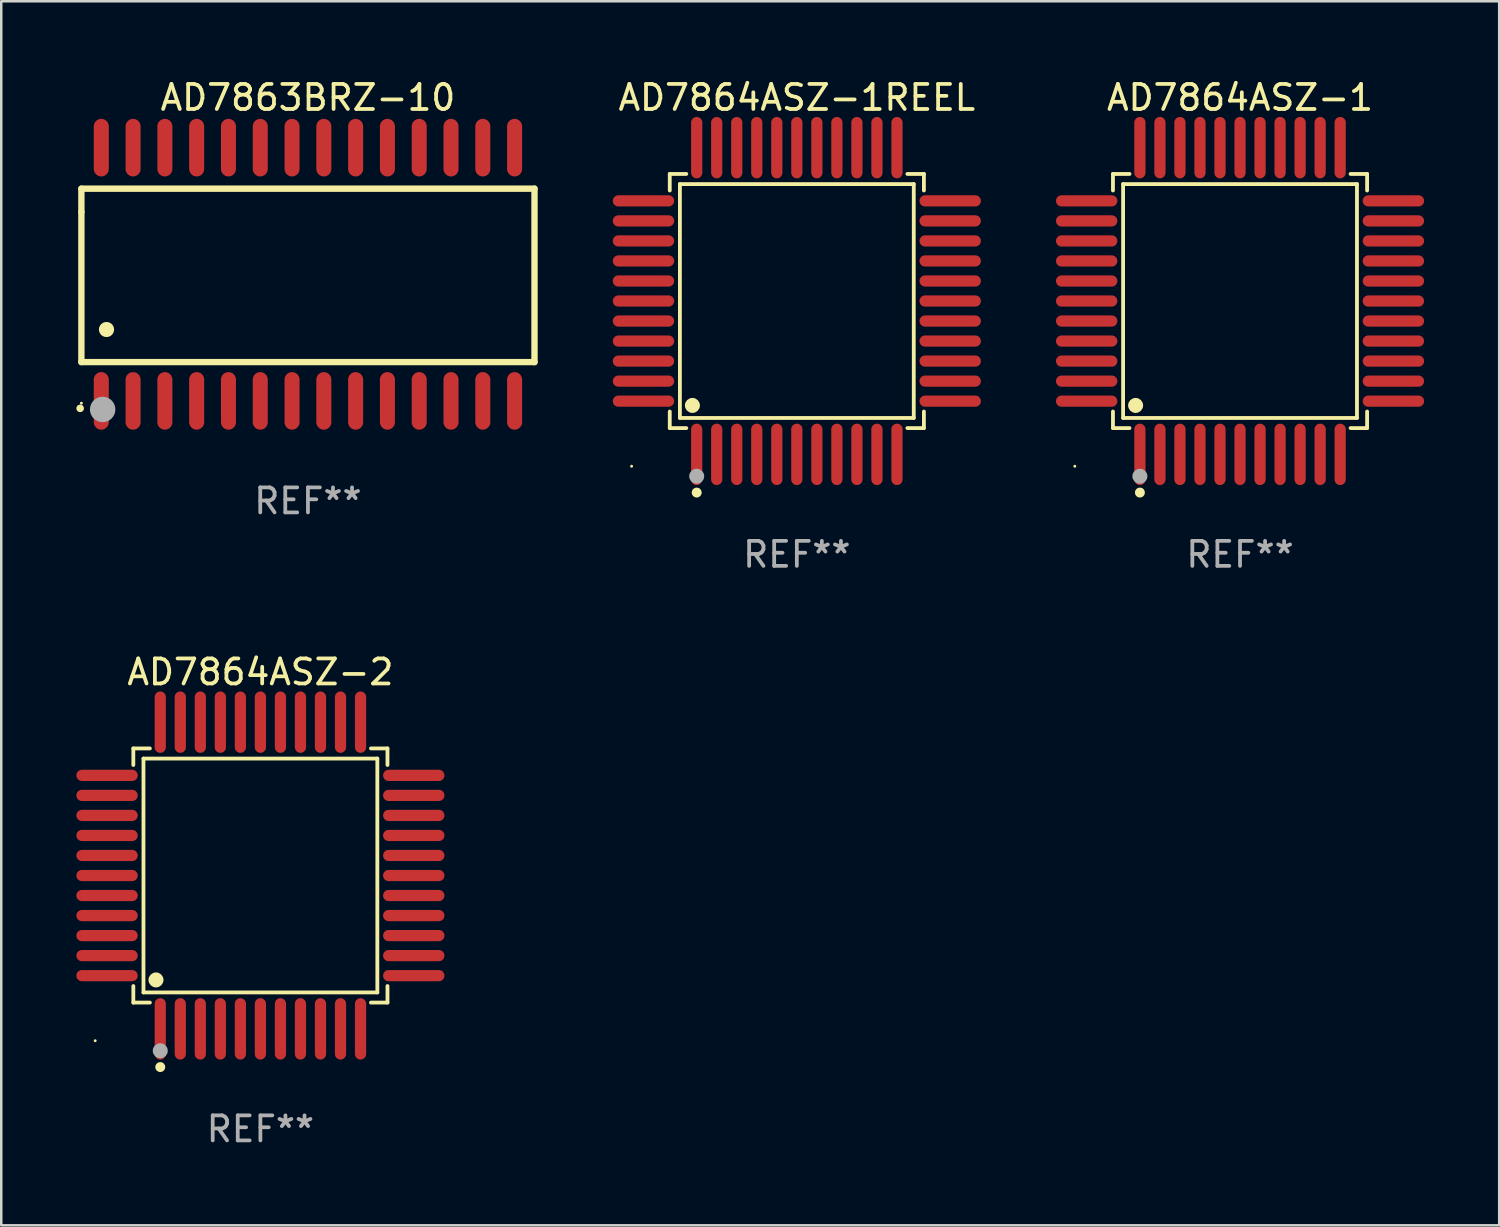
<source format=kicad_pcb>
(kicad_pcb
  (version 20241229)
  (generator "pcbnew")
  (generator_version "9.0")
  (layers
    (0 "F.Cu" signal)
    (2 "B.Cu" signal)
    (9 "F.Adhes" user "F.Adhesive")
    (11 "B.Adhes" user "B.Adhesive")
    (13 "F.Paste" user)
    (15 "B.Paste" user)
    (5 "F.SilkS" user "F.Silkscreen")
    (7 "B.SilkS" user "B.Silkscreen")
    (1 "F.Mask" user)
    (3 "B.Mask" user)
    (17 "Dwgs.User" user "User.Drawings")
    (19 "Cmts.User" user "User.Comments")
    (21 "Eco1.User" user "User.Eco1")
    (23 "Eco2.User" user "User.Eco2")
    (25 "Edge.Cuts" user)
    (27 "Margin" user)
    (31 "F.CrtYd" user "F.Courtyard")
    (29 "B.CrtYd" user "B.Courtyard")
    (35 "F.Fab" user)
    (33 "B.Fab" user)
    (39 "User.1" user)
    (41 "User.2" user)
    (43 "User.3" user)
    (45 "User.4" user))
  (footprint "AD7864ASZ-1"
    (layer "F.Cu")
    (at 46.484 8.974)
    (property "Reference" "AD7864ASZ-1" (at 0 -8.126 0) (layer "F.SilkS") (effects (font (size 1 1) (thickness 0.15))))
    (attr through_hole)
    (fp_line (start -5.076 -5.076) (end -4.415 -5.076) (stroke (width 0.152) (type solid)) (layer "F.SilkS"))
    (fp_line (start -5.076 -4.415) (end -5.076 -5.076) (stroke (width 0.152) (type solid)) (layer "F.SilkS"))
    (fp_line (start -5.076 4.415) (end -5.076 5.076) (stroke (width 0.152) (type solid)) (layer "F.SilkS"))
    (fp_line (start -5.076 5.076) (end -4.415 5.076) (stroke (width 0.152) (type solid)) (layer "F.SilkS"))
    (fp_line (start -4.671 -4.671) (end 4.671 -4.671) (stroke (width 0.152) (type solid)) (layer "F.SilkS"))
    (fp_line (start -4.671 4.671) (end -4.671 -4.671) (stroke (width 0.152) (type solid)) (layer "F.SilkS"))
    (fp_line (start 4.671 -4.671) (end 4.671 4.671) (stroke (width 0.152) (type solid)) (layer "F.SilkS"))
    (fp_line (start 4.671 4.671) (end -4.671 4.671) (stroke (width 0.152) (type solid)) (layer "F.SilkS"))
    (fp_line (start 5.076 -5.076) (end 4.415 -5.076) (stroke (width 0.152) (type solid)) (layer "F.SilkS"))
    (fp_line (start 5.076 -4.415) (end 5.076 -5.076) (stroke (width 0.152) (type solid)) (layer "F.SilkS"))
    (fp_line (start 5.076 4.415) (end 5.076 5.076) (stroke (width 0.152) (type solid)) (layer "F.SilkS"))
    (fp_line (start 5.076 5.076) (end 4.415 5.076) (stroke (width 0.152) (type solid)) (layer "F.SilkS"))
    (fp_circle (center -6.6 6.6) (end -6.57 6.6) (stroke (width 0.06) (type solid)) (fill no) (layer "F.SilkS"))
    (fp_circle (center -4.171 4.171) (end -4.021 4.171) (stroke (width 0.3) (type solid)) (fill no) (layer "F.SilkS"))
    (fp_circle (center -4 7.652) (end -3.9 7.652) (stroke (width 0.2) (type solid)) (fill no) (layer "F.SilkS"))
    (fp_circle (center -4 7) (end -3.85 7) (stroke (width 0.3) (type solid)) (fill no) (layer "F.Fab"))
    (fp_text user "REF**" (at 0 10.126 0) (layer "F.Fab") (effects (font (size 1 1) (thickness 0.15))))
    (pad "1" smd oval (at -4 6.126) (size 0.448 2.452) (layers "F.Cu" "F.Mask" "F.Paste"))
    (pad "2" smd oval (at -3.2 6.126) (size 0.448 2.452) (layers "F.Cu" "F.Mask" "F.Paste"))
    (pad "3" smd oval (at -2.4 6.126) (size 0.448 2.452) (layers "F.Cu" "F.Mask" "F.Paste"))
    (pad "4" smd oval (at -1.6 6.126) (size 0.448 2.452) (layers "F.Cu" "F.Mask" "F.Paste"))
    (pad "5" smd oval (at -0.8 6.126) (size 0.448 2.452) (layers "F.Cu" "F.Mask" "F.Paste"))
    (pad "6" smd oval (at 0 6.126) (size 0.448 2.452) (layers "F.Cu" "F.Mask" "F.Paste"))
    (pad "7" smd oval (at 0.8 6.126) (size 0.448 2.452) (layers "F.Cu" "F.Mask" "F.Paste"))
    (pad "8" smd oval (at 1.6 6.126) (size 0.448 2.452) (layers "F.Cu" "F.Mask" "F.Paste"))
    (pad "9" smd oval (at 2.4 6.126) (size 0.448 2.452) (layers "F.Cu" "F.Mask" "F.Paste"))
    (pad "10" smd oval (at 3.2 6.126) (size 0.448 2.452) (layers "F.Cu" "F.Mask" "F.Paste"))
    (pad "11" smd oval (at 4 6.126) (size 0.448 2.452) (layers "F.Cu" "F.Mask" "F.Paste"))
    (pad "12" smd oval (at 6.126 4) (size 2.452 0.448) (layers "F.Cu" "F.Mask" "F.Paste"))
    (pad "13" smd oval (at 6.126 3.2) (size 2.452 0.448) (layers "F.Cu" "F.Mask" "F.Paste"))
    (pad "14" smd oval (at 6.126 2.4) (size 2.452 0.448) (layers "F.Cu" "F.Mask" "F.Paste"))
    (pad "15" smd oval (at 6.126 1.6) (size 2.452 0.448) (layers "F.Cu" "F.Mask" "F.Paste"))
    (pad "16" smd oval (at 6.126 0.8) (size 2.452 0.448) (layers "F.Cu" "F.Mask" "F.Paste"))
    (pad "17" smd oval (at 6.126 0) (size 2.452 0.448) (layers "F.Cu" "F.Mask" "F.Paste"))
    (pad "18" smd oval (at 6.126 -0.8) (size 2.452 0.448) (layers "F.Cu" "F.Mask" "F.Paste"))
    (pad "19" smd oval (at 6.126 -1.6) (size 2.452 0.448) (layers "F.Cu" "F.Mask" "F.Paste"))
    (pad "20" smd oval (at 6.126 -2.4) (size 2.452 0.448) (layers "F.Cu" "F.Mask" "F.Paste"))
    (pad "21" smd oval (at 6.126 -3.2) (size 2.452 0.448) (layers "F.Cu" "F.Mask" "F.Paste"))
    (pad "22" smd oval (at 6.126 -4) (size 2.452 0.448) (layers "F.Cu" "F.Mask" "F.Paste"))
    (pad "23" smd oval (at 4 -6.126) (size 0.448 2.452) (layers "F.Cu" "F.Mask" "F.Paste"))
    (pad "24" smd oval (at 3.2 -6.126) (size 0.448 2.452) (layers "F.Cu" "F.Mask" "F.Paste"))
    (pad "25" smd oval (at 2.4 -6.126) (size 0.448 2.452) (layers "F.Cu" "F.Mask" "F.Paste"))
    (pad "26" smd oval (at 1.6 -6.126) (size 0.448 2.452) (layers "F.Cu" "F.Mask" "F.Paste"))
    (pad "27" smd oval (at 0.8 -6.126) (size 0.448 2.452) (layers "F.Cu" "F.Mask" "F.Paste"))
    (pad "28" smd oval (at 0 -6.126) (size 0.448 2.452) (layers "F.Cu" "F.Mask" "F.Paste"))
    (pad "29" smd oval (at -0.8 -6.126) (size 0.448 2.452) (layers "F.Cu" "F.Mask" "F.Paste"))
    (pad "30" smd oval (at -1.6 -6.126) (size 0.448 2.452) (layers "F.Cu" "F.Mask" "F.Paste"))
    (pad "31" smd oval (at -2.4 -6.126) (size 0.448 2.452) (layers "F.Cu" "F.Mask" "F.Paste"))
    (pad "32" smd oval (at -3.2 -6.126) (size 0.448 2.452) (layers "F.Cu" "F.Mask" "F.Paste"))
    (pad "33" smd oval (at -4 -6.126) (size 0.448 2.452) (layers "F.Cu" "F.Mask" "F.Paste"))
    (pad "34" smd oval (at -6.126 -4) (size 2.452 0.448) (layers "F.Cu" "F.Mask" "F.Paste"))
    (pad "35" smd oval (at -6.126 -3.2) (size 2.452 0.448) (layers "F.Cu" "F.Mask" "F.Paste"))
    (pad "36" smd oval (at -6.126 -2.4) (size 2.452 0.448) (layers "F.Cu" "F.Mask" "F.Paste"))
    (pad "37" smd oval (at -6.126 -1.6) (size 2.452 0.448) (layers "F.Cu" "F.Mask" "F.Paste"))
    (pad "38" smd oval (at -6.126 -0.8) (size 2.452 0.448) (layers "F.Cu" "F.Mask" "F.Paste"))
    (pad "39" smd oval (at -6.126 0) (size 2.452 0.448) (layers "F.Cu" "F.Mask" "F.Paste"))
    (pad "40" smd oval (at -6.126 0.8) (size 2.452 0.448) (layers "F.Cu" "F.Mask" "F.Paste"))
    (pad "41" smd oval (at -6.126 1.6) (size 2.452 0.448) (layers "F.Cu" "F.Mask" "F.Paste"))
    (pad "42" smd oval (at -6.126 2.4) (size 2.452 0.448) (layers "F.Cu" "F.Mask" "F.Paste"))
    (pad "43" smd oval (at -6.126 3.2) (size 2.452 0.448) (layers "F.Cu" "F.Mask" "F.Paste"))
    (pad "44" smd oval (at -6.126 4) (size 2.452 0.448) (layers "F.Cu" "F.Mask" "F.Paste")))
  (footprint "AD7863BRZ-10"
    (layer "F.Cu")
    (at 9.251 7.906)
    (property "Reference" "AD7863BRZ-10" (at 0 -7.058 0) (layer "F.SilkS") (effects (font (size 1 1) (thickness 0.15))))
    (attr through_hole)
    (fp_line (start -9.05 -3.42) (end 9.05 -3.42) (stroke (width 0.254) (type solid)) (layer "F.SilkS"))
    (fp_line (start -9.05 -2.492) (end -9.05 -3.42) (stroke (width 0.254) (type solid)) (layer "F.SilkS"))
    (fp_line (start -9.05 3.508) (end -9.05 -2.492) (stroke (width 0.254) (type solid)) (layer "F.SilkS"))
    (fp_line (start 9.05 -3.42) (end 9.05 3.508) (stroke (width 0.254) (type solid)) (layer "F.SilkS"))
    (fp_line (start 9.05 3.508) (end -9.05 3.508) (stroke (width 0.254) (type solid)) (layer "F.SilkS"))
    (fp_arc (start -9.100838 5.35649) (mid -9.099568 5.356485) (end -9.098298 5.35649) (stroke (width 0.3) (type solid)) (layer "F.SilkS"))
    (fp_arc (start -8.049276 2.206883) (mid -8.046736 2.206872) (end -8.044196 2.206883) (stroke (width 0.6) (type solid)) (layer "F.SilkS"))
    (fp_circle (center -9.05 5.15) (end -9.02 5.15) (stroke (width 0.06) (type solid)) (fill no) (layer "F.SilkS"))
    (fp_circle (center -8.2 5.4) (end -7.946 5.4) (stroke (width 0.508) (type solid)) (fill no) (layer "F.Fab"))
    (fp_text user "REF**" (at 0 9.058 0) (layer "F.Fab") (effects (font (size 1 1) (thickness 0.15))))
    (pad "1" smd oval (at -8.255 5.058 180) (size 0.6 2.3) (layers "F.Cu" "F.Mask" "F.Paste"))
    (pad "2" smd oval (at -6.985 5.058 180) (size 0.6 2.3) (layers "F.Cu" "F.Mask" "F.Paste"))
    (pad "3" smd oval (at -5.715 5.058 180) (size 0.6 2.3) (layers "F.Cu" "F.Mask" "F.Paste"))
    (pad "4" smd oval (at -4.445 5.058 180) (size 0.6 2.3) (layers "F.Cu" "F.Mask" "F.Paste"))
    (pad "5" smd oval (at -3.175 5.058 180) (size 0.6 2.3) (layers "F.Cu" "F.Mask" "F.Paste"))
    (pad "6" smd oval (at -1.905 5.058 180) (size 0.6 2.3) (layers "F.Cu" "F.Mask" "F.Paste"))
    (pad "7" smd oval (at -0.635 5.058 180) (size 0.6 2.3) (layers "F.Cu" "F.Mask" "F.Paste"))
    (pad "8" smd oval (at 0.635 5.058 180) (size 0.6 2.3) (layers "F.Cu" "F.Mask" "F.Paste"))
    (pad "9" smd oval (at 1.905 5.058 180) (size 0.6 2.3) (layers "F.Cu" "F.Mask" "F.Paste"))
    (pad "10" smd oval (at 3.175 5.058 180) (size 0.6 2.3) (layers "F.Cu" "F.Mask" "F.Paste"))
    (pad "11" smd oval (at 4.445 5.058 180) (size 0.6 2.3) (layers "F.Cu" "F.Mask" "F.Paste"))
    (pad "12" smd oval (at 5.715 5.058 180) (size 0.6 2.3) (layers "F.Cu" "F.Mask" "F.Paste"))
    (pad "13" smd oval (at 6.985 5.058 180) (size 0.6 2.3) (layers "F.Cu" "F.Mask" "F.Paste"))
    (pad "14" smd oval (at 8.255 5.058 180) (size 0.6 2.3) (layers "F.Cu" "F.Mask" "F.Paste"))
    (pad "15" smd oval (at 8.255 -5.058 180) (size 0.6 2.3) (layers "F.Cu" "F.Mask" "F.Paste"))
    (pad "16" smd oval (at 6.985 -5.058 180) (size 0.6 2.3) (layers "F.Cu" "F.Mask" "F.Paste"))
    (pad "17" smd oval (at 5.715 -5.058 180) (size 0.6 2.3) (layers "F.Cu" "F.Mask" "F.Paste"))
    (pad "18" smd oval (at 4.445 -5.058 180) (size 0.6 2.3) (layers "F.Cu" "F.Mask" "F.Paste"))
    (pad "19" smd oval (at 3.175 -5.058 180) (size 0.6 2.3) (layers "F.Cu" "F.Mask" "F.Paste"))
    (pad "20" smd oval (at 1.905 -5.058 180) (size 0.6 2.3) (layers "F.Cu" "F.Mask" "F.Paste"))
    (pad "21" smd oval (at 0.635 -5.058 180) (size 0.6 2.3) (layers "F.Cu" "F.Mask" "F.Paste"))
    (pad "22" smd oval (at -0.635 -5.058 180) (size 0.6 2.3) (layers "F.Cu" "F.Mask" "F.Paste"))
    (pad "23" smd oval (at -1.905 -5.058 180) (size 0.6 2.3) (layers "F.Cu" "F.Mask" "F.Paste"))
    (pad "24" smd oval (at -3.175 -5.058 180) (size 0.6 2.3) (layers "F.Cu" "F.Mask" "F.Paste"))
    (pad "25" smd oval (at -4.445 -5.058 180) (size 0.6 2.3) (layers "F.Cu" "F.Mask" "F.Paste"))
    (pad "26" smd oval (at -5.715 -5.058 180) (size 0.6 2.3) (layers "F.Cu" "F.Mask" "F.Paste"))
    (pad "27" smd oval (at -6.985 -5.058 180) (size 0.6 2.3) (layers "F.Cu" "F.Mask" "F.Paste"))
    (pad "28" smd oval (at -8.255 -5.058 180) (size 0.6 2.3) (layers "F.Cu" "F.Mask" "F.Paste")))
  (footprint "AD7864ASZ-2"
    (layer "F.Cu")
    (at 7.352 31.923)
    (property "Reference" "AD7864ASZ-2" (at 0 -8.126 0) (layer "F.SilkS") (effects (font (size 1 1) (thickness 0.15))))
    (attr through_hole)
    (fp_line (start -5.076 -5.076) (end -4.415 -5.076) (stroke (width 0.152) (type solid)) (layer "F.SilkS"))
    (fp_line (start -5.076 -4.415) (end -5.076 -5.076) (stroke (width 0.152) (type solid)) (layer "F.SilkS"))
    (fp_line (start -5.076 4.415) (end -5.076 5.076) (stroke (width 0.152) (type solid)) (layer "F.SilkS"))
    (fp_line (start -5.076 5.076) (end -4.415 5.076) (stroke (width 0.152) (type solid)) (layer "F.SilkS"))
    (fp_line (start -4.671 -4.671) (end 4.671 -4.671) (stroke (width 0.152) (type solid)) (layer "F.SilkS"))
    (fp_line (start -4.671 4.671) (end -4.671 -4.671) (stroke (width 0.152) (type solid)) (layer "F.SilkS"))
    (fp_line (start 4.671 -4.671) (end 4.671 4.671) (stroke (width 0.152) (type solid)) (layer "F.SilkS"))
    (fp_line (start 4.671 4.671) (end -4.671 4.671) (stroke (width 0.152) (type solid)) (layer "F.SilkS"))
    (fp_line (start 5.076 -5.076) (end 4.415 -5.076) (stroke (width 0.152) (type solid)) (layer "F.SilkS"))
    (fp_line (start 5.076 -4.415) (end 5.076 -5.076) (stroke (width 0.152) (type solid)) (layer "F.SilkS"))
    (fp_line (start 5.076 4.415) (end 5.076 5.076) (stroke (width 0.152) (type solid)) (layer "F.SilkS"))
    (fp_line (start 5.076 5.076) (end 4.415 5.076) (stroke (width 0.152) (type solid)) (layer "F.SilkS"))
    (fp_circle (center -6.6 6.6) (end -6.57 6.6) (stroke (width 0.06) (type solid)) (fill no) (layer "F.SilkS"))
    (fp_circle (center -4.171 4.171) (end -4.021 4.171) (stroke (width 0.3) (type solid)) (fill no) (layer "F.SilkS"))
    (fp_circle (center -4 7.652) (end -3.9 7.652) (stroke (width 0.2) (type solid)) (fill no) (layer "F.SilkS"))
    (fp_circle (center -4 7) (end -3.85 7) (stroke (width 0.3) (type solid)) (fill no) (layer "F.Fab"))
    (fp_text user "REF**" (at 0 10.126 0) (layer "F.Fab") (effects (font (size 1 1) (thickness 0.15))))
    (pad "1" smd oval (at -4 6.126) (size 0.448 2.452) (layers "F.Cu" "F.Mask" "F.Paste"))
    (pad "2" smd oval (at -3.2 6.126) (size 0.448 2.452) (layers "F.Cu" "F.Mask" "F.Paste"))
    (pad "3" smd oval (at -2.4 6.126) (size 0.448 2.452) (layers "F.Cu" "F.Mask" "F.Paste"))
    (pad "4" smd oval (at -1.6 6.126) (size 0.448 2.452) (layers "F.Cu" "F.Mask" "F.Paste"))
    (pad "5" smd oval (at -0.8 6.126) (size 0.448 2.452) (layers "F.Cu" "F.Mask" "F.Paste"))
    (pad "6" smd oval (at 0 6.126) (size 0.448 2.452) (layers "F.Cu" "F.Mask" "F.Paste"))
    (pad "7" smd oval (at 0.8 6.126) (size 0.448 2.452) (layers "F.Cu" "F.Mask" "F.Paste"))
    (pad "8" smd oval (at 1.6 6.126) (size 0.448 2.452) (layers "F.Cu" "F.Mask" "F.Paste"))
    (pad "9" smd oval (at 2.4 6.126) (size 0.448 2.452) (layers "F.Cu" "F.Mask" "F.Paste"))
    (pad "10" smd oval (at 3.2 6.126) (size 0.448 2.452) (layers "F.Cu" "F.Mask" "F.Paste"))
    (pad "11" smd oval (at 4 6.126) (size 0.448 2.452) (layers "F.Cu" "F.Mask" "F.Paste"))
    (pad "12" smd oval (at 6.126 4) (size 2.452 0.448) (layers "F.Cu" "F.Mask" "F.Paste"))
    (pad "13" smd oval (at 6.126 3.2) (size 2.452 0.448) (layers "F.Cu" "F.Mask" "F.Paste"))
    (pad "14" smd oval (at 6.126 2.4) (size 2.452 0.448) (layers "F.Cu" "F.Mask" "F.Paste"))
    (pad "15" smd oval (at 6.126 1.6) (size 2.452 0.448) (layers "F.Cu" "F.Mask" "F.Paste"))
    (pad "16" smd oval (at 6.126 0.8) (size 2.452 0.448) (layers "F.Cu" "F.Mask" "F.Paste"))
    (pad "17" smd oval (at 6.126 0) (size 2.452 0.448) (layers "F.Cu" "F.Mask" "F.Paste"))
    (pad "18" smd oval (at 6.126 -0.8) (size 2.452 0.448) (layers "F.Cu" "F.Mask" "F.Paste"))
    (pad "19" smd oval (at 6.126 -1.6) (size 2.452 0.448) (layers "F.Cu" "F.Mask" "F.Paste"))
    (pad "20" smd oval (at 6.126 -2.4) (size 2.452 0.448) (layers "F.Cu" "F.Mask" "F.Paste"))
    (pad "21" smd oval (at 6.126 -3.2) (size 2.452 0.448) (layers "F.Cu" "F.Mask" "F.Paste"))
    (pad "22" smd oval (at 6.126 -4) (size 2.452 0.448) (layers "F.Cu" "F.Mask" "F.Paste"))
    (pad "23" smd oval (at 4 -6.126) (size 0.448 2.452) (layers "F.Cu" "F.Mask" "F.Paste"))
    (pad "24" smd oval (at 3.2 -6.126) (size 0.448 2.452) (layers "F.Cu" "F.Mask" "F.Paste"))
    (pad "25" smd oval (at 2.4 -6.126) (size 0.448 2.452) (layers "F.Cu" "F.Mask" "F.Paste"))
    (pad "26" smd oval (at 1.6 -6.126) (size 0.448 2.452) (layers "F.Cu" "F.Mask" "F.Paste"))
    (pad "27" smd oval (at 0.8 -6.126) (size 0.448 2.452) (layers "F.Cu" "F.Mask" "F.Paste"))
    (pad "28" smd oval (at 0 -6.126) (size 0.448 2.452) (layers "F.Cu" "F.Mask" "F.Paste"))
    (pad "29" smd oval (at -0.8 -6.126) (size 0.448 2.452) (layers "F.Cu" "F.Mask" "F.Paste"))
    (pad "30" smd oval (at -1.6 -6.126) (size 0.448 2.452) (layers "F.Cu" "F.Mask" "F.Paste"))
    (pad "31" smd oval (at -2.4 -6.126) (size 0.448 2.452) (layers "F.Cu" "F.Mask" "F.Paste"))
    (pad "32" smd oval (at -3.2 -6.126) (size 0.448 2.452) (layers "F.Cu" "F.Mask" "F.Paste"))
    (pad "33" smd oval (at -4 -6.126) (size 0.448 2.452) (layers "F.Cu" "F.Mask" "F.Paste"))
    (pad "34" smd oval (at -6.126 -4) (size 2.452 0.448) (layers "F.Cu" "F.Mask" "F.Paste"))
    (pad "35" smd oval (at -6.126 -3.2) (size 2.452 0.448) (layers "F.Cu" "F.Mask" "F.Paste"))
    (pad "36" smd oval (at -6.126 -2.4) (size 2.452 0.448) (layers "F.Cu" "F.Mask" "F.Paste"))
    (pad "37" smd oval (at -6.126 -1.6) (size 2.452 0.448) (layers "F.Cu" "F.Mask" "F.Paste"))
    (pad "38" smd oval (at -6.126 -0.8) (size 2.452 0.448) (layers "F.Cu" "F.Mask" "F.Paste"))
    (pad "39" smd oval (at -6.126 0) (size 2.452 0.448) (layers "F.Cu" "F.Mask" "F.Paste"))
    (pad "40" smd oval (at -6.126 0.8) (size 2.452 0.448) (layers "F.Cu" "F.Mask" "F.Paste"))
    (pad "41" smd oval (at -6.126 1.6) (size 2.452 0.448) (layers "F.Cu" "F.Mask" "F.Paste"))
    (pad "42" smd oval (at -6.126 2.4) (size 2.452 0.448) (layers "F.Cu" "F.Mask" "F.Paste"))
    (pad "43" smd oval (at -6.126 3.2) (size 2.452 0.448) (layers "F.Cu" "F.Mask" "F.Paste"))
    (pad "44" smd oval (at -6.126 4) (size 2.452 0.448) (layers "F.Cu" "F.Mask" "F.Paste")))
  (footprint "AD7864ASZ-1REEL"
    (layer "F.Cu")
    (at 28.78 8.974)
    (property "Reference" "AD7864ASZ-1REEL" (at 0 -8.126 0) (layer "F.SilkS") (effects (font (size 1 1) (thickness 0.15))))
    (attr through_hole)
    (fp_line (start -5.076 -5.076) (end -4.415 -5.076) (stroke (width 0.152) (type solid)) (layer "F.SilkS"))
    (fp_line (start -5.076 -4.415) (end -5.076 -5.076) (stroke (width 0.152) (type solid)) (layer "F.SilkS"))
    (fp_line (start -5.076 4.415) (end -5.076 5.076) (stroke (width 0.152) (type solid)) (layer "F.SilkS"))
    (fp_line (start -5.076 5.076) (end -4.415 5.076) (stroke (width 0.152) (type solid)) (layer "F.SilkS"))
    (fp_line (start -4.671 -4.671) (end 4.671 -4.671) (stroke (width 0.152) (type solid)) (layer "F.SilkS"))
    (fp_line (start -4.671 4.671) (end -4.671 -4.671) (stroke (width 0.152) (type solid)) (layer "F.SilkS"))
    (fp_line (start 4.671 -4.671) (end 4.671 4.671) (stroke (width 0.152) (type solid)) (layer "F.SilkS"))
    (fp_line (start 4.671 4.671) (end -4.671 4.671) (stroke (width 0.152) (type solid)) (layer "F.SilkS"))
    (fp_line (start 5.076 -5.076) (end 4.415 -5.076) (stroke (width 0.152) (type solid)) (layer "F.SilkS"))
    (fp_line (start 5.076 -4.415) (end 5.076 -5.076) (stroke (width 0.152) (type solid)) (layer "F.SilkS"))
    (fp_line (start 5.076 4.415) (end 5.076 5.076) (stroke (width 0.152) (type solid)) (layer "F.SilkS"))
    (fp_line (start 5.076 5.076) (end 4.415 5.076) (stroke (width 0.152) (type solid)) (layer "F.SilkS"))
    (fp_circle (center -6.6 6.6) (end -6.57 6.6) (stroke (width 0.06) (type solid)) (fill no) (layer "F.SilkS"))
    (fp_circle (center -4.171 4.171) (end -4.021 4.171) (stroke (width 0.3) (type solid)) (fill no) (layer "F.SilkS"))
    (fp_circle (center -4 7.652) (end -3.9 7.652) (stroke (width 0.2) (type solid)) (fill no) (layer "F.SilkS"))
    (fp_circle (center -4 7) (end -3.85 7) (stroke (width 0.3) (type solid)) (fill no) (layer "F.Fab"))
    (fp_text user "REF**" (at 0 10.126 0) (layer "F.Fab") (effects (font (size 1 1) (thickness 0.15))))
    (pad "1" smd oval (at -4 6.126) (size 0.448 2.452) (layers "F.Cu" "F.Mask" "F.Paste"))
    (pad "2" smd oval (at -3.2 6.126) (size 0.448 2.452) (layers "F.Cu" "F.Mask" "F.Paste"))
    (pad "3" smd oval (at -2.4 6.126) (size 0.448 2.452) (layers "F.Cu" "F.Mask" "F.Paste"))
    (pad "4" smd oval (at -1.6 6.126) (size 0.448 2.452) (layers "F.Cu" "F.Mask" "F.Paste"))
    (pad "5" smd oval (at -0.8 6.126) (size 0.448 2.452) (layers "F.Cu" "F.Mask" "F.Paste"))
    (pad "6" smd oval (at 0 6.126) (size 0.448 2.452) (layers "F.Cu" "F.Mask" "F.Paste"))
    (pad "7" smd oval (at 0.8 6.126) (size 0.448 2.452) (layers "F.Cu" "F.Mask" "F.Paste"))
    (pad "8" smd oval (at 1.6 6.126) (size 0.448 2.452) (layers "F.Cu" "F.Mask" "F.Paste"))
    (pad "9" smd oval (at 2.4 6.126) (size 0.448 2.452) (layers "F.Cu" "F.Mask" "F.Paste"))
    (pad "10" smd oval (at 3.2 6.126) (size 0.448 2.452) (layers "F.Cu" "F.Mask" "F.Paste"))
    (pad "11" smd oval (at 4 6.126) (size 0.448 2.452) (layers "F.Cu" "F.Mask" "F.Paste"))
    (pad "12" smd oval (at 6.126 4) (size 2.452 0.448) (layers "F.Cu" "F.Mask" "F.Paste"))
    (pad "13" smd oval (at 6.126 3.2) (size 2.452 0.448) (layers "F.Cu" "F.Mask" "F.Paste"))
    (pad "14" smd oval (at 6.126 2.4) (size 2.452 0.448) (layers "F.Cu" "F.Mask" "F.Paste"))
    (pad "15" smd oval (at 6.126 1.6) (size 2.452 0.448) (layers "F.Cu" "F.Mask" "F.Paste"))
    (pad "16" smd oval (at 6.126 0.8) (size 2.452 0.448) (layers "F.Cu" "F.Mask" "F.Paste"))
    (pad "17" smd oval (at 6.126 0) (size 2.452 0.448) (layers "F.Cu" "F.Mask" "F.Paste"))
    (pad "18" smd oval (at 6.126 -0.8) (size 2.452 0.448) (layers "F.Cu" "F.Mask" "F.Paste"))
    (pad "19" smd oval (at 6.126 -1.6) (size 2.452 0.448) (layers "F.Cu" "F.Mask" "F.Paste"))
    (pad "20" smd oval (at 6.126 -2.4) (size 2.452 0.448) (layers "F.Cu" "F.Mask" "F.Paste"))
    (pad "21" smd oval (at 6.126 -3.2) (size 2.452 0.448) (layers "F.Cu" "F.Mask" "F.Paste"))
    (pad "22" smd oval (at 6.126 -4) (size 2.452 0.448) (layers "F.Cu" "F.Mask" "F.Paste"))
    (pad "23" smd oval (at 4 -6.126) (size 0.448 2.452) (layers "F.Cu" "F.Mask" "F.Paste"))
    (pad "24" smd oval (at 3.2 -6.126) (size 0.448 2.452) (layers "F.Cu" "F.Mask" "F.Paste"))
    (pad "25" smd oval (at 2.4 -6.126) (size 0.448 2.452) (layers "F.Cu" "F.Mask" "F.Paste"))
    (pad "26" smd oval (at 1.6 -6.126) (size 0.448 2.452) (layers "F.Cu" "F.Mask" "F.Paste"))
    (pad "27" smd oval (at 0.8 -6.126) (size 0.448 2.452) (layers "F.Cu" "F.Mask" "F.Paste"))
    (pad "28" smd oval (at 0 -6.126) (size 0.448 2.452) (layers "F.Cu" "F.Mask" "F.Paste"))
    (pad "29" smd oval (at -0.8 -6.126) (size 0.448 2.452) (layers "F.Cu" "F.Mask" "F.Paste"))
    (pad "30" smd oval (at -1.6 -6.126) (size 0.448 2.452) (layers "F.Cu" "F.Mask" "F.Paste"))
    (pad "31" smd oval (at -2.4 -6.126) (size 0.448 2.452) (layers "F.Cu" "F.Mask" "F.Paste"))
    (pad "32" smd oval (at -3.2 -6.126) (size 0.448 2.452) (layers "F.Cu" "F.Mask" "F.Paste"))
    (pad "33" smd oval (at -4 -6.126) (size 0.448 2.452) (layers "F.Cu" "F.Mask" "F.Paste"))
    (pad "34" smd oval (at -6.126 -4) (size 2.452 0.448) (layers "F.Cu" "F.Mask" "F.Paste"))
    (pad "35" smd oval (at -6.126 -3.2) (size 2.452 0.448) (layers "F.Cu" "F.Mask" "F.Paste"))
    (pad "36" smd oval (at -6.126 -2.4) (size 2.452 0.448) (layers "F.Cu" "F.Mask" "F.Paste"))
    (pad "37" smd oval (at -6.126 -1.6) (size 2.452 0.448) (layers "F.Cu" "F.Mask" "F.Paste"))
    (pad "38" smd oval (at -6.126 -0.8) (size 2.452 0.448) (layers "F.Cu" "F.Mask" "F.Paste"))
    (pad "39" smd oval (at -6.126 0) (size 2.452 0.448) (layers "F.Cu" "F.Mask" "F.Paste"))
    (pad "40" smd oval (at -6.126 0.8) (size 2.452 0.448) (layers "F.Cu" "F.Mask" "F.Paste"))
    (pad "41" smd oval (at -6.126 1.6) (size 2.452 0.448) (layers "F.Cu" "F.Mask" "F.Paste"))
    (pad "42" smd oval (at -6.126 2.4) (size 2.452 0.448) (layers "F.Cu" "F.Mask" "F.Paste"))
    (pad "43" smd oval (at -6.126 3.2) (size 2.452 0.448) (layers "F.Cu" "F.Mask" "F.Paste"))
    (pad "44" smd oval (at -6.126 4) (size 2.452 0.448) (layers "F.Cu" "F.Mask" "F.Paste")))
  (gr_rect
    (start -3 -3)
    (end 56.836 45.897)
    (stroke (width 0.1) (type default))
    (fill no)
    (layer "Edge.Cuts")))
</source>
